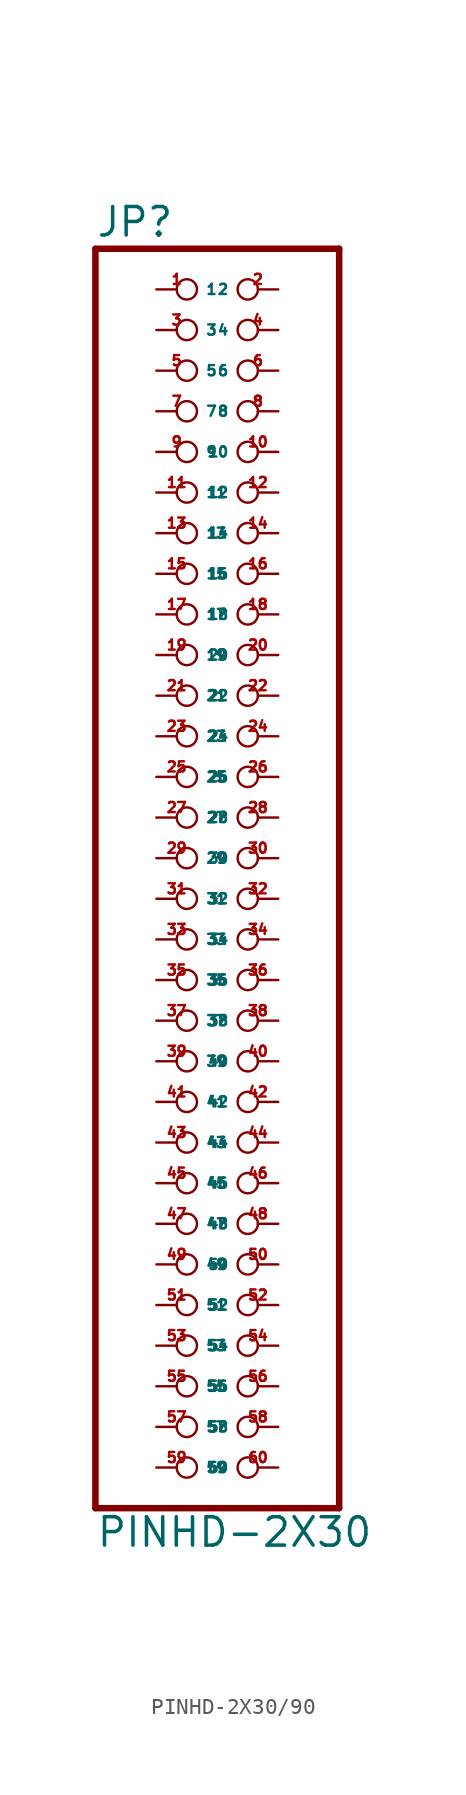
<source format=kicad_sym>
(kicad_symbol_lib
  (version 20220914)
  (generator Eagle2Kicad)
  (symbol "PINHD-2X30/90"
    (property "Reference" "JP"
      (at -6.35 38.735 0)
      (effects (font (size 1.778 1.778) (thickness 0.22)) (justify left bottom)))
    (property "Value" "PINHD-2X30"
      (at -6.35 -43.18 0)
      (effects (font (size 1.778 1.778) (thickness 0.22)) (justify left bottom)))
    (polyline
      (pts (xy -6.35 -40.64) (xy 8.89 -40.64))
      (stroke (width 0.406) (type default))
      (fill (type none)))
    (polyline
      (pts (xy 8.89 -40.64) (xy 8.89 38.1))
      (stroke (width 0.406) (type default))
      (fill (type none)))
    (polyline
      (pts (xy 8.89 38.1) (xy -6.35 38.1))
      (stroke (width 0.406) (type default))
      (fill (type none)))
    (polyline
      (pts (xy -6.35 38.1) (xy -6.35 -40.64))
      (stroke (width 0.406) (type default))
      (fill (type none)))
    (pin passive inverted
      (at -2.54 35.56 0)
      (length 2.54)
      (name "1" (effects (font (size 0.635 0.635) (thickness 0.08)) (justify left bottom)))
      (number "1" (effects (font (size 0.635 0.635) (thickness 0.08)) (justify left bottom))))
    (pin passive inverted
      (at 5.08 35.56 180)
      (length 2.54)
      (name "2" (effects (font (size 0.635 0.635) (thickness 0.08)) (justify left bottom)))
      (number "2" (effects (font (size 0.635 0.635) (thickness 0.08)) (justify left bottom))))
    (pin passive inverted
      (at -2.54 33.02 0)
      (length 2.54)
      (name "3" (effects (font (size 0.635 0.635) (thickness 0.08)) (justify left bottom)))
      (number "3" (effects (font (size 0.635 0.635) (thickness 0.08)) (justify left bottom))))
    (pin passive inverted
      (at 5.08 33.02 180)
      (length 2.54)
      (name "4" (effects (font (size 0.635 0.635) (thickness 0.08)) (justify left bottom)))
      (number "4" (effects (font (size 0.635 0.635) (thickness 0.08)) (justify left bottom))))
    (pin passive inverted
      (at -2.54 30.48 0)
      (length 2.54)
      (name "5" (effects (font (size 0.635 0.635) (thickness 0.08)) (justify left bottom)))
      (number "5" (effects (font (size 0.635 0.635) (thickness 0.08)) (justify left bottom))))
    (pin passive inverted
      (at 5.08 30.48 180)
      (length 2.54)
      (name "6" (effects (font (size 0.635 0.635) (thickness 0.08)) (justify left bottom)))
      (number "6" (effects (font (size 0.635 0.635) (thickness 0.08)) (justify left bottom))))
    (pin passive inverted
      (at -2.54 27.94 0)
      (length 2.54)
      (name "7" (effects (font (size 0.635 0.635) (thickness 0.08)) (justify left bottom)))
      (number "7" (effects (font (size 0.635 0.635) (thickness 0.08)) (justify left bottom))))
    (pin passive inverted
      (at 5.08 27.94 180)
      (length 2.54)
      (name "8" (effects (font (size 0.635 0.635) (thickness 0.08)) (justify left bottom)))
      (number "8" (effects (font (size 0.635 0.635) (thickness 0.08)) (justify left bottom))))
    (pin passive inverted
      (at -2.54 25.4 0)
      (length 2.54)
      (name "9" (effects (font (size 0.635 0.635) (thickness 0.08)) (justify left bottom)))
      (number "9" (effects (font (size 0.635 0.635) (thickness 0.08)) (justify left bottom))))
    (pin passive inverted
      (at 5.08 25.4 180)
      (length 2.54)
      (name "10" (effects (font (size 0.635 0.635) (thickness 0.08)) (justify left bottom)))
      (number "10" (effects (font (size 0.635 0.635) (thickness 0.08)) (justify left bottom))))
    (pin passive inverted
      (at -2.54 22.86 0)
      (length 2.54)
      (name "11" (effects (font (size 0.635 0.635) (thickness 0.08)) (justify left bottom)))
      (number "11" (effects (font (size 0.635 0.635) (thickness 0.08)) (justify left bottom))))
    (pin passive inverted
      (at 5.08 22.86 180)
      (length 2.54)
      (name "12" (effects (font (size 0.635 0.635) (thickness 0.08)) (justify left bottom)))
      (number "12" (effects (font (size 0.635 0.635) (thickness 0.08)) (justify left bottom))))
    (pin passive inverted
      (at -2.54 20.32 0)
      (length 2.54)
      (name "13" (effects (font (size 0.635 0.635) (thickness 0.08)) (justify left bottom)))
      (number "13" (effects (font (size 0.635 0.635) (thickness 0.08)) (justify left bottom))))
    (pin passive inverted
      (at 5.08 20.32 180)
      (length 2.54)
      (name "14" (effects (font (size 0.635 0.635) (thickness 0.08)) (justify left bottom)))
      (number "14" (effects (font (size 0.635 0.635) (thickness 0.08)) (justify left bottom))))
    (pin passive inverted
      (at -2.54 17.78 0)
      (length 2.54)
      (name "15" (effects (font (size 0.635 0.635) (thickness 0.08)) (justify left bottom)))
      (number "15" (effects (font (size 0.635 0.635) (thickness 0.08)) (justify left bottom))))
    (pin passive inverted
      (at 5.08 17.78 180)
      (length 2.54)
      (name "16" (effects (font (size 0.635 0.635) (thickness 0.08)) (justify left bottom)))
      (number "16" (effects (font (size 0.635 0.635) (thickness 0.08)) (justify left bottom))))
    (pin passive inverted
      (at -2.54 15.24 0)
      (length 2.54)
      (name "17" (effects (font (size 0.635 0.635) (thickness 0.08)) (justify left bottom)))
      (number "17" (effects (font (size 0.635 0.635) (thickness 0.08)) (justify left bottom))))
    (pin passive inverted
      (at 5.08 15.24 180)
      (length 2.54)
      (name "18" (effects (font (size 0.635 0.635) (thickness 0.08)) (justify left bottom)))
      (number "18" (effects (font (size 0.635 0.635) (thickness 0.08)) (justify left bottom))))
    (pin passive inverted
      (at -2.54 12.7 0)
      (length 2.54)
      (name "19" (effects (font (size 0.635 0.635) (thickness 0.08)) (justify left bottom)))
      (number "19" (effects (font (size 0.635 0.635) (thickness 0.08)) (justify left bottom))))
    (pin passive inverted
      (at 5.08 12.7 180)
      (length 2.54)
      (name "20" (effects (font (size 0.635 0.635) (thickness 0.08)) (justify left bottom)))
      (number "20" (effects (font (size 0.635 0.635) (thickness 0.08)) (justify left bottom))))
    (pin passive inverted
      (at -2.54 10.16 0)
      (length 2.54)
      (name "21" (effects (font (size 0.635 0.635) (thickness 0.08)) (justify left bottom)))
      (number "21" (effects (font (size 0.635 0.635) (thickness 0.08)) (justify left bottom))))
    (pin passive inverted
      (at 5.08 10.16 180)
      (length 2.54)
      (name "22" (effects (font (size 0.635 0.635) (thickness 0.08)) (justify left bottom)))
      (number "22" (effects (font (size 0.635 0.635) (thickness 0.08)) (justify left bottom))))
    (pin passive inverted
      (at -2.54 7.62 0)
      (length 2.54)
      (name "23" (effects (font (size 0.635 0.635) (thickness 0.08)) (justify left bottom)))
      (number "23" (effects (font (size 0.635 0.635) (thickness 0.08)) (justify left bottom))))
    (pin passive inverted
      (at 5.08 7.62 180)
      (length 2.54)
      (name "24" (effects (font (size 0.635 0.635) (thickness 0.08)) (justify left bottom)))
      (number "24" (effects (font (size 0.635 0.635) (thickness 0.08)) (justify left bottom))))
    (pin passive inverted
      (at -2.54 5.08 0)
      (length 2.54)
      (name "25" (effects (font (size 0.635 0.635) (thickness 0.08)) (justify left bottom)))
      (number "25" (effects (font (size 0.635 0.635) (thickness 0.08)) (justify left bottom))))
    (pin passive inverted
      (at 5.08 5.08 180)
      (length 2.54)
      (name "26" (effects (font (size 0.635 0.635) (thickness 0.08)) (justify left bottom)))
      (number "26" (effects (font (size 0.635 0.635) (thickness 0.08)) (justify left bottom))))
    (pin passive inverted
      (at -2.54 2.54 0)
      (length 2.54)
      (name "27" (effects (font (size 0.635 0.635) (thickness 0.08)) (justify left bottom)))
      (number "27" (effects (font (size 0.635 0.635) (thickness 0.08)) (justify left bottom))))
    (pin passive inverted
      (at 5.08 2.54 180)
      (length 2.54)
      (name "28" (effects (font (size 0.635 0.635) (thickness 0.08)) (justify left bottom)))
      (number "28" (effects (font (size 0.635 0.635) (thickness 0.08)) (justify left bottom))))
    (pin passive inverted
      (at -2.54 0 0)
      (length 2.54)
      (name "29" (effects (font (size 0.635 0.635) (thickness 0.08)) (justify left bottom)))
      (number "29" (effects (font (size 0.635 0.635) (thickness 0.08)) (justify left bottom))))
    (pin passive inverted
      (at 5.08 0 180)
      (length 2.54)
      (name "30" (effects (font (size 0.635 0.635) (thickness 0.08)) (justify left bottom)))
      (number "30" (effects (font (size 0.635 0.635) (thickness 0.08)) (justify left bottom))))
    (pin passive inverted
      (at -2.54 -2.54 0)
      (length 2.54)
      (name "31" (effects (font (size 0.635 0.635) (thickness 0.08)) (justify left bottom)))
      (number "31" (effects (font (size 0.635 0.635) (thickness 0.08)) (justify left bottom))))
    (pin passive inverted
      (at 5.08 -2.54 180)
      (length 2.54)
      (name "32" (effects (font (size 0.635 0.635) (thickness 0.08)) (justify left bottom)))
      (number "32" (effects (font (size 0.635 0.635) (thickness 0.08)) (justify left bottom))))
    (pin passive inverted
      (at -2.54 -5.08 0)
      (length 2.54)
      (name "33" (effects (font (size 0.635 0.635) (thickness 0.08)) (justify left bottom)))
      (number "33" (effects (font (size 0.635 0.635) (thickness 0.08)) (justify left bottom))))
    (pin passive inverted
      (at 5.08 -5.08 180)
      (length 2.54)
      (name "34" (effects (font (size 0.635 0.635) (thickness 0.08)) (justify left bottom)))
      (number "34" (effects (font (size 0.635 0.635) (thickness 0.08)) (justify left bottom))))
    (pin passive inverted
      (at -2.54 -7.62 0)
      (length 2.54)
      (name "35" (effects (font (size 0.635 0.635) (thickness 0.08)) (justify left bottom)))
      (number "35" (effects (font (size 0.635 0.635) (thickness 0.08)) (justify left bottom))))
    (pin passive inverted
      (at 5.08 -7.62 180)
      (length 2.54)
      (name "36" (effects (font (size 0.635 0.635) (thickness 0.08)) (justify left bottom)))
      (number "36" (effects (font (size 0.635 0.635) (thickness 0.08)) (justify left bottom))))
    (pin passive inverted
      (at -2.54 -10.16 0)
      (length 2.54)
      (name "37" (effects (font (size 0.635 0.635) (thickness 0.08)) (justify left bottom)))
      (number "37" (effects (font (size 0.635 0.635) (thickness 0.08)) (justify left bottom))))
    (pin passive inverted
      (at 5.08 -10.16 180)
      (length 2.54)
      (name "38" (effects (font (size 0.635 0.635) (thickness 0.08)) (justify left bottom)))
      (number "38" (effects (font (size 0.635 0.635) (thickness 0.08)) (justify left bottom))))
    (pin passive inverted
      (at -2.54 -12.7 0)
      (length 2.54)
      (name "39" (effects (font (size 0.635 0.635) (thickness 0.08)) (justify left bottom)))
      (number "39" (effects (font (size 0.635 0.635) (thickness 0.08)) (justify left bottom))))
    (pin passive inverted
      (at 5.08 -12.7 180)
      (length 2.54)
      (name "40" (effects (font (size 0.635 0.635) (thickness 0.08)) (justify left bottom)))
      (number "40" (effects (font (size 0.635 0.635) (thickness 0.08)) (justify left bottom))))
    (pin passive inverted
      (at -2.54 -15.24 0)
      (length 2.54)
      (name "41" (effects (font (size 0.635 0.635) (thickness 0.08)) (justify left bottom)))
      (number "41" (effects (font (size 0.635 0.635) (thickness 0.08)) (justify left bottom))))
    (pin passive inverted
      (at 5.08 -15.24 180)
      (length 2.54)
      (name "42" (effects (font (size 0.635 0.635) (thickness 0.08)) (justify left bottom)))
      (number "42" (effects (font (size 0.635 0.635) (thickness 0.08)) (justify left bottom))))
    (pin passive inverted
      (at -2.54 -17.78 0)
      (length 2.54)
      (name "43" (effects (font (size 0.635 0.635) (thickness 0.08)) (justify left bottom)))
      (number "43" (effects (font (size 0.635 0.635) (thickness 0.08)) (justify left bottom))))
    (pin passive inverted
      (at 5.08 -17.78 180)
      (length 2.54)
      (name "44" (effects (font (size 0.635 0.635) (thickness 0.08)) (justify left bottom)))
      (number "44" (effects (font (size 0.635 0.635) (thickness 0.08)) (justify left bottom))))
    (pin passive inverted
      (at -2.54 -20.32 0)
      (length 2.54)
      (name "45" (effects (font (size 0.635 0.635) (thickness 0.08)) (justify left bottom)))
      (number "45" (effects (font (size 0.635 0.635) (thickness 0.08)) (justify left bottom))))
    (pin passive inverted
      (at 5.08 -20.32 180)
      (length 2.54)
      (name "46" (effects (font (size 0.635 0.635) (thickness 0.08)) (justify left bottom)))
      (number "46" (effects (font (size 0.635 0.635) (thickness 0.08)) (justify left bottom))))
    (pin passive inverted
      (at -2.54 -22.86 0)
      (length 2.54)
      (name "47" (effects (font (size 0.635 0.635) (thickness 0.08)) (justify left bottom)))
      (number "47" (effects (font (size 0.635 0.635) (thickness 0.08)) (justify left bottom))))
    (pin passive inverted
      (at 5.08 -22.86 180)
      (length 2.54)
      (name "48" (effects (font (size 0.635 0.635) (thickness 0.08)) (justify left bottom)))
      (number "48" (effects (font (size 0.635 0.635) (thickness 0.08)) (justify left bottom))))
    (pin passive inverted
      (at -2.54 -25.4 0)
      (length 2.54)
      (name "49" (effects (font (size 0.635 0.635) (thickness 0.08)) (justify left bottom)))
      (number "49" (effects (font (size 0.635 0.635) (thickness 0.08)) (justify left bottom))))
    (pin passive inverted
      (at 5.08 -25.4 180)
      (length 2.54)
      (name "50" (effects (font (size 0.635 0.635) (thickness 0.08)) (justify left bottom)))
      (number "50" (effects (font (size 0.635 0.635) (thickness 0.08)) (justify left bottom))))
    (pin passive inverted
      (at -2.54 -27.94 0)
      (length 2.54)
      (name "51" (effects (font (size 0.635 0.635) (thickness 0.08)) (justify left bottom)))
      (number "51" (effects (font (size 0.635 0.635) (thickness 0.08)) (justify left bottom))))
    (pin passive inverted
      (at 5.08 -27.94 180)
      (length 2.54)
      (name "52" (effects (font (size 0.635 0.635) (thickness 0.08)) (justify left bottom)))
      (number "52" (effects (font (size 0.635 0.635) (thickness 0.08)) (justify left bottom))))
    (pin passive inverted
      (at -2.54 -30.48 0)
      (length 2.54)
      (name "53" (effects (font (size 0.635 0.635) (thickness 0.08)) (justify left bottom)))
      (number "53" (effects (font (size 0.635 0.635) (thickness 0.08)) (justify left bottom))))
    (pin passive inverted
      (at 5.08 -30.48 180)
      (length 2.54)
      (name "54" (effects (font (size 0.635 0.635) (thickness 0.08)) (justify left bottom)))
      (number "54" (effects (font (size 0.635 0.635) (thickness 0.08)) (justify left bottom))))
    (pin passive inverted
      (at -2.54 -33.02 0)
      (length 2.54)
      (name "55" (effects (font (size 0.635 0.635) (thickness 0.08)) (justify left bottom)))
      (number "55" (effects (font (size 0.635 0.635) (thickness 0.08)) (justify left bottom))))
    (pin passive inverted
      (at 5.08 -33.02 180)
      (length 2.54)
      (name "56" (effects (font (size 0.635 0.635) (thickness 0.08)) (justify left bottom)))
      (number "56" (effects (font (size 0.635 0.635) (thickness 0.08)) (justify left bottom))))
    (pin passive inverted
      (at -2.54 -35.56 0)
      (length 2.54)
      (name "57" (effects (font (size 0.635 0.635) (thickness 0.08)) (justify left bottom)))
      (number "57" (effects (font (size 0.635 0.635) (thickness 0.08)) (justify left bottom))))
    (pin passive inverted
      (at 5.08 -35.56 180)
      (length 2.54)
      (name "58" (effects (font (size 0.635 0.635) (thickness 0.08)) (justify left bottom)))
      (number "58" (effects (font (size 0.635 0.635) (thickness 0.08)) (justify left bottom))))
    (pin passive inverted
      (at -2.54 -38.1 0)
      (length 2.54)
      (name "59" (effects (font (size 0.635 0.635) (thickness 0.08)) (justify left bottom)))
      (number "59" (effects (font (size 0.635 0.635) (thickness 0.08)) (justify left bottom))))
    (pin passive inverted
      (at 5.08 -38.1 180)
      (length 2.54)
      (name "60" (effects (font (size 0.635 0.635) (thickness 0.08)) (justify left bottom)))
      (number "60" (effects (font (size 0.635 0.635) (thickness 0.08)) (justify left bottom))))))
</source>
